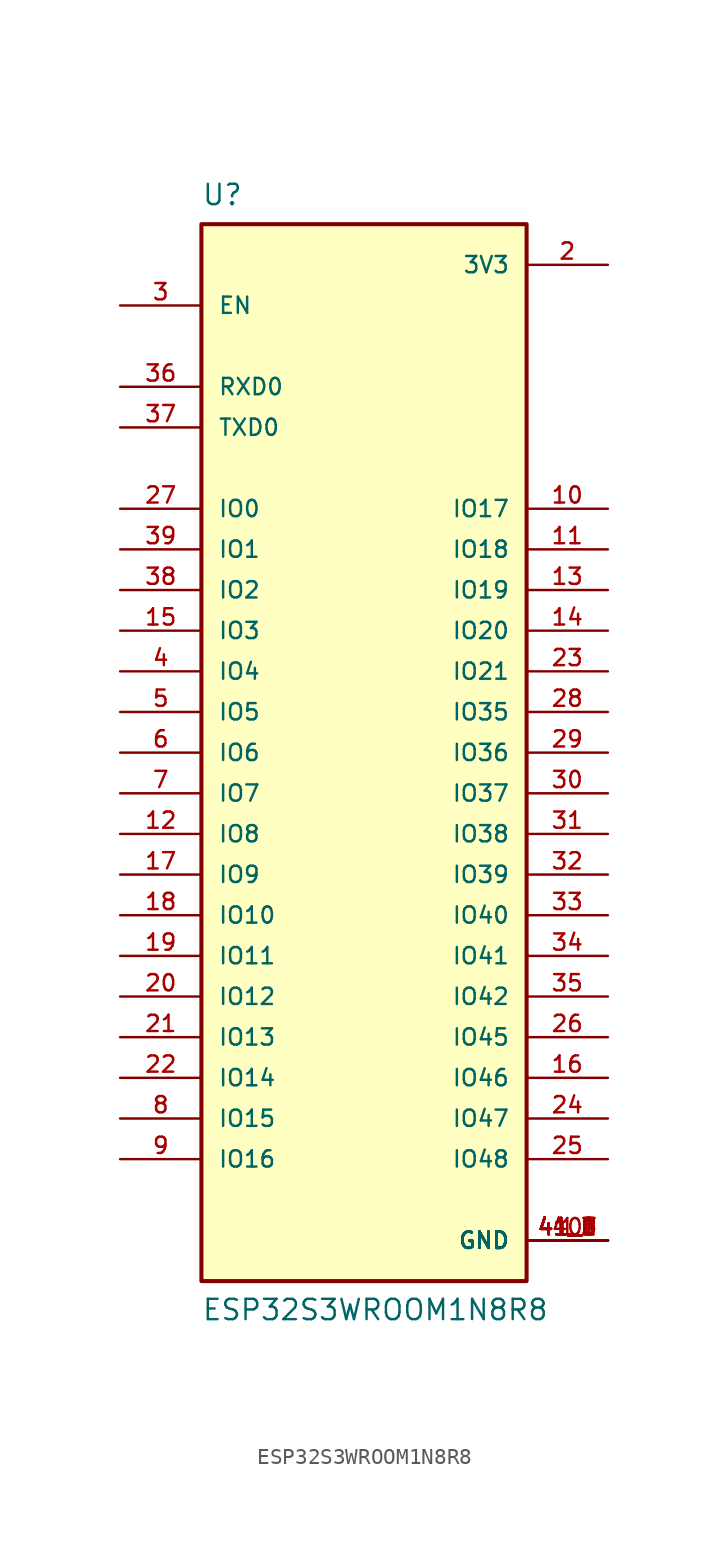
<source format=kicad_sym>
(kicad_symbol_lib
  (version 20211014)
  (generator kicad_symbol_editor)
  (symbol "ESP32S3WROOM1N8R8"
    (pin_names
      (offset 1.016))
    (property "Reference" "U"
      (at -10.16 34.112 0)
      (effects (font (size 1.27 1.27)) (justify bottom left)))
    (property "Value" "ESP32S3WROOM1N8R8"
      (at -10.16 -35.56 0)
      (effects (font (size 1.27 1.27)) (justify bottom left)))
    (symbol "ESP32S3WROOM1N8R8_0_0"
      (rectangle (start -10.16 -33.02) (end 10.16 33.02) (stroke (width 0.254)) (fill (type background)))
      (pin power_in line (at 15.24 -30.48 180.0) (length 5.08) (name "GND" (effects (font (size 1.016 1.016)))) (number "1" (effects (font (size 1.016 1.016)))))
      (pin power_in line (at 15.24 -30.48 180.0) (length 5.08) (name "GND" (effects (font (size 1.016 1.016)))) (number "40" (effects (font (size 1.016 1.016)))))
      (pin power_in line (at 15.24 -30.48 180.0) (length 5.08) (name "GND" (effects (font (size 1.016 1.016)))) (number "41_1" (effects (font (size 1.016 1.016)))))
      (pin power_in line (at 15.24 -30.48 180.0) (length 5.08) (name "GND" (effects (font (size 1.016 1.016)))) (number "41_2" (effects (font (size 1.016 1.016)))))
      (pin power_in line (at 15.24 -30.48 180.0) (length 5.08) (name "GND" (effects (font (size 1.016 1.016)))) (number "41_3" (effects (font (size 1.016 1.016)))))
      (pin power_in line (at 15.24 -30.48 180.0) (length 5.08) (name "GND" (effects (font (size 1.016 1.016)))) (number "41_4" (effects (font (size 1.016 1.016)))))
      (pin power_in line (at 15.24 -30.48 180.0) (length 5.08) (name "GND" (effects (font (size 1.016 1.016)))) (number "41_5" (effects (font (size 1.016 1.016)))))
      (pin power_in line (at 15.24 -30.48 180.0) (length 5.08) (name "GND" (effects (font (size 1.016 1.016)))) (number "41_6" (effects (font (size 1.016 1.016)))))
      (pin power_in line (at 15.24 -30.48 180.0) (length 5.08) (name "GND" (effects (font (size 1.016 1.016)))) (number "41_7" (effects (font (size 1.016 1.016)))))
      (pin power_in line (at 15.24 -30.48 180.0) (length 5.08) (name "GND" (effects (font (size 1.016 1.016)))) (number "41_8" (effects (font (size 1.016 1.016)))))
      (pin power_in line (at 15.24 -30.48 180.0) (length 5.08) (name "GND" (effects (font (size 1.016 1.016)))) (number "41_9" (effects (font (size 1.016 1.016)))))
      (pin power_in line (at 15.24 30.48 180.0) (length 5.08) (name "3V3" (effects (font (size 1.016 1.016)))) (number "2" (effects (font (size 1.016 1.016)))))
      (pin input line (at -15.24 27.94 0) (length 5.08) (name "EN" (effects (font (size 1.016 1.016)))) (number "3" (effects (font (size 1.016 1.016)))))
      (pin bidirectional line (at 15.24 2.54 180.0) (length 5.08) (name "IO35" (effects (font (size 1.016 1.016)))) (number "28" (effects (font (size 1.016 1.016)))))
      (pin bidirectional line (at 15.24 -12.7 180.0) (length 5.08) (name "IO41" (effects (font (size 1.016 1.016)))) (number "34" (effects (font (size 1.016 1.016)))))
      (pin bidirectional line (at 15.24 -7.62 180.0) (length 5.08) (name "IO39" (effects (font (size 1.016 1.016)))) (number "32" (effects (font (size 1.016 1.016)))))
      (pin bidirectional line (at 15.24 -10.16 180.0) (length 5.08) (name "IO40" (effects (font (size 1.016 1.016)))) (number "33" (effects (font (size 1.016 1.016)))))
      (pin bidirectional line (at -15.24 -20.32 0) (length 5.08) (name "IO14" (effects (font (size 1.016 1.016)))) (number "22" (effects (font (size 1.016 1.016)))))
      (pin bidirectional line (at -15.24 -15.24 0) (length 5.08) (name "IO12" (effects (font (size 1.016 1.016)))) (number "20" (effects (font (size 1.016 1.016)))))
      (pin bidirectional line (at -15.24 -17.78 0) (length 5.08) (name "IO13" (effects (font (size 1.016 1.016)))) (number "21" (effects (font (size 1.016 1.016)))))
      (pin bidirectional line (at -15.24 -22.86 0) (length 5.08) (name "IO15" (effects (font (size 1.016 1.016)))) (number "8" (effects (font (size 1.016 1.016)))))
      (pin bidirectional line (at -15.24 10.16 0) (length 5.08) (name "IO2" (effects (font (size 1.016 1.016)))) (number "38" (effects (font (size 1.016 1.016)))))
      (pin bidirectional line (at -15.24 15.24 0) (length 5.08) (name "IO0" (effects (font (size 1.016 1.016)))) (number "27" (effects (font (size 1.016 1.016)))))
      (pin bidirectional line (at -15.24 5.08 0) (length 5.08) (name "IO4" (effects (font (size 1.016 1.016)))) (number "4" (effects (font (size 1.016 1.016)))))
      (pin bidirectional line (at -15.24 -25.4 0) (length 5.08) (name "IO16" (effects (font (size 1.016 1.016)))) (number "9" (effects (font (size 1.016 1.016)))))
      (pin bidirectional line (at 15.24 15.24 180.0) (length 5.08) (name "IO17" (effects (font (size 1.016 1.016)))) (number "10" (effects (font (size 1.016 1.016)))))
      (pin bidirectional line (at -15.24 2.54 0) (length 5.08) (name "IO5" (effects (font (size 1.016 1.016)))) (number "5" (effects (font (size 1.016 1.016)))))
      (pin bidirectional line (at 15.24 12.7 180.0) (length 5.08) (name "IO18" (effects (font (size 1.016 1.016)))) (number "11" (effects (font (size 1.016 1.016)))))
      (pin bidirectional line (at 15.24 10.16 180.0) (length 5.08) (name "IO19" (effects (font (size 1.016 1.016)))) (number "13" (effects (font (size 1.016 1.016)))))
      (pin bidirectional line (at 15.24 5.08 180.0) (length 5.08) (name "IO21" (effects (font (size 1.016 1.016)))) (number "23" (effects (font (size 1.016 1.016)))))
      (pin bidirectional line (at 15.24 -2.54 180.0) (length 5.08) (name "IO37" (effects (font (size 1.016 1.016)))) (number "30" (effects (font (size 1.016 1.016)))))
      (pin bidirectional line (at 15.24 -5.08 180.0) (length 5.08) (name "IO38" (effects (font (size 1.016 1.016)))) (number "31" (effects (font (size 1.016 1.016)))))
      (pin bidirectional line (at -15.24 12.7 0) (length 5.08) (name "IO1" (effects (font (size 1.016 1.016)))) (number "39" (effects (font (size 1.016 1.016)))))
      (pin bidirectional line (at -15.24 7.62 0) (length 5.08) (name "IO3" (effects (font (size 1.016 1.016)))) (number "15" (effects (font (size 1.016 1.016)))))
      (pin bidirectional line (at -15.24 0.0 0) (length 5.08) (name "IO6" (effects (font (size 1.016 1.016)))) (number "6" (effects (font (size 1.016 1.016)))))
      (pin bidirectional line (at -15.24 -2.54 0) (length 5.08) (name "IO7" (effects (font (size 1.016 1.016)))) (number "7" (effects (font (size 1.016 1.016)))))
      (pin bidirectional line (at -15.24 -5.08 0) (length 5.08) (name "IO8" (effects (font (size 1.016 1.016)))) (number "12" (effects (font (size 1.016 1.016)))))
      (pin bidirectional line (at -15.24 -7.62 0) (length 5.08) (name "IO9" (effects (font (size 1.016 1.016)))) (number "17" (effects (font (size 1.016 1.016)))))
      (pin bidirectional line (at -15.24 -10.16 0) (length 5.08) (name "IO10" (effects (font (size 1.016 1.016)))) (number "18" (effects (font (size 1.016 1.016)))))
      (pin bidirectional line (at -15.24 -12.7 0) (length 5.08) (name "IO11" (effects (font (size 1.016 1.016)))) (number "19" (effects (font (size 1.016 1.016)))))
      (pin bidirectional line (at 15.24 0.0 180.0) (length 5.08) (name "IO36" (effects (font (size 1.016 1.016)))) (number "29" (effects (font (size 1.016 1.016)))))
      (pin bidirectional line (at 15.24 -15.24 180.0) (length 5.08) (name "IO42" (effects (font (size 1.016 1.016)))) (number "35" (effects (font (size 1.016 1.016)))))
      (pin bidirectional line (at 15.24 7.62 180.0) (length 5.08) (name "IO20" (effects (font (size 1.016 1.016)))) (number "14" (effects (font (size 1.016 1.016)))))
      (pin bidirectional line (at -15.24 20.32 0) (length 5.08) (name "TXD0" (effects (font (size 1.016 1.016)))) (number "37" (effects (font (size 1.016 1.016)))))
      (pin bidirectional line (at -15.24 22.86 0) (length 5.08) (name "RXD0" (effects (font (size 1.016 1.016)))) (number "36" (effects (font (size 1.016 1.016)))))
      (pin bidirectional line (at 15.24 -17.78 180.0) (length 5.08) (name "IO45" (effects (font (size 1.016 1.016)))) (number "26" (effects (font (size 1.016 1.016)))))
      (pin bidirectional line (at 15.24 -20.32 180.0) (length 5.08) (name "IO46" (effects (font (size 1.016 1.016)))) (number "16" (effects (font (size 1.016 1.016)))))
      (pin bidirectional line (at 15.24 -22.86 180.0) (length 5.08) (name "IO47" (effects (font (size 1.016 1.016)))) (number "24" (effects (font (size 1.016 1.016)))))
      (pin bidirectional line (at 15.24 -25.4 180.0) (length 5.08) (name "IO48" (effects (font (size 1.016 1.016)))) (number "25" (effects (font (size 1.016 1.016))))))))
</source>
